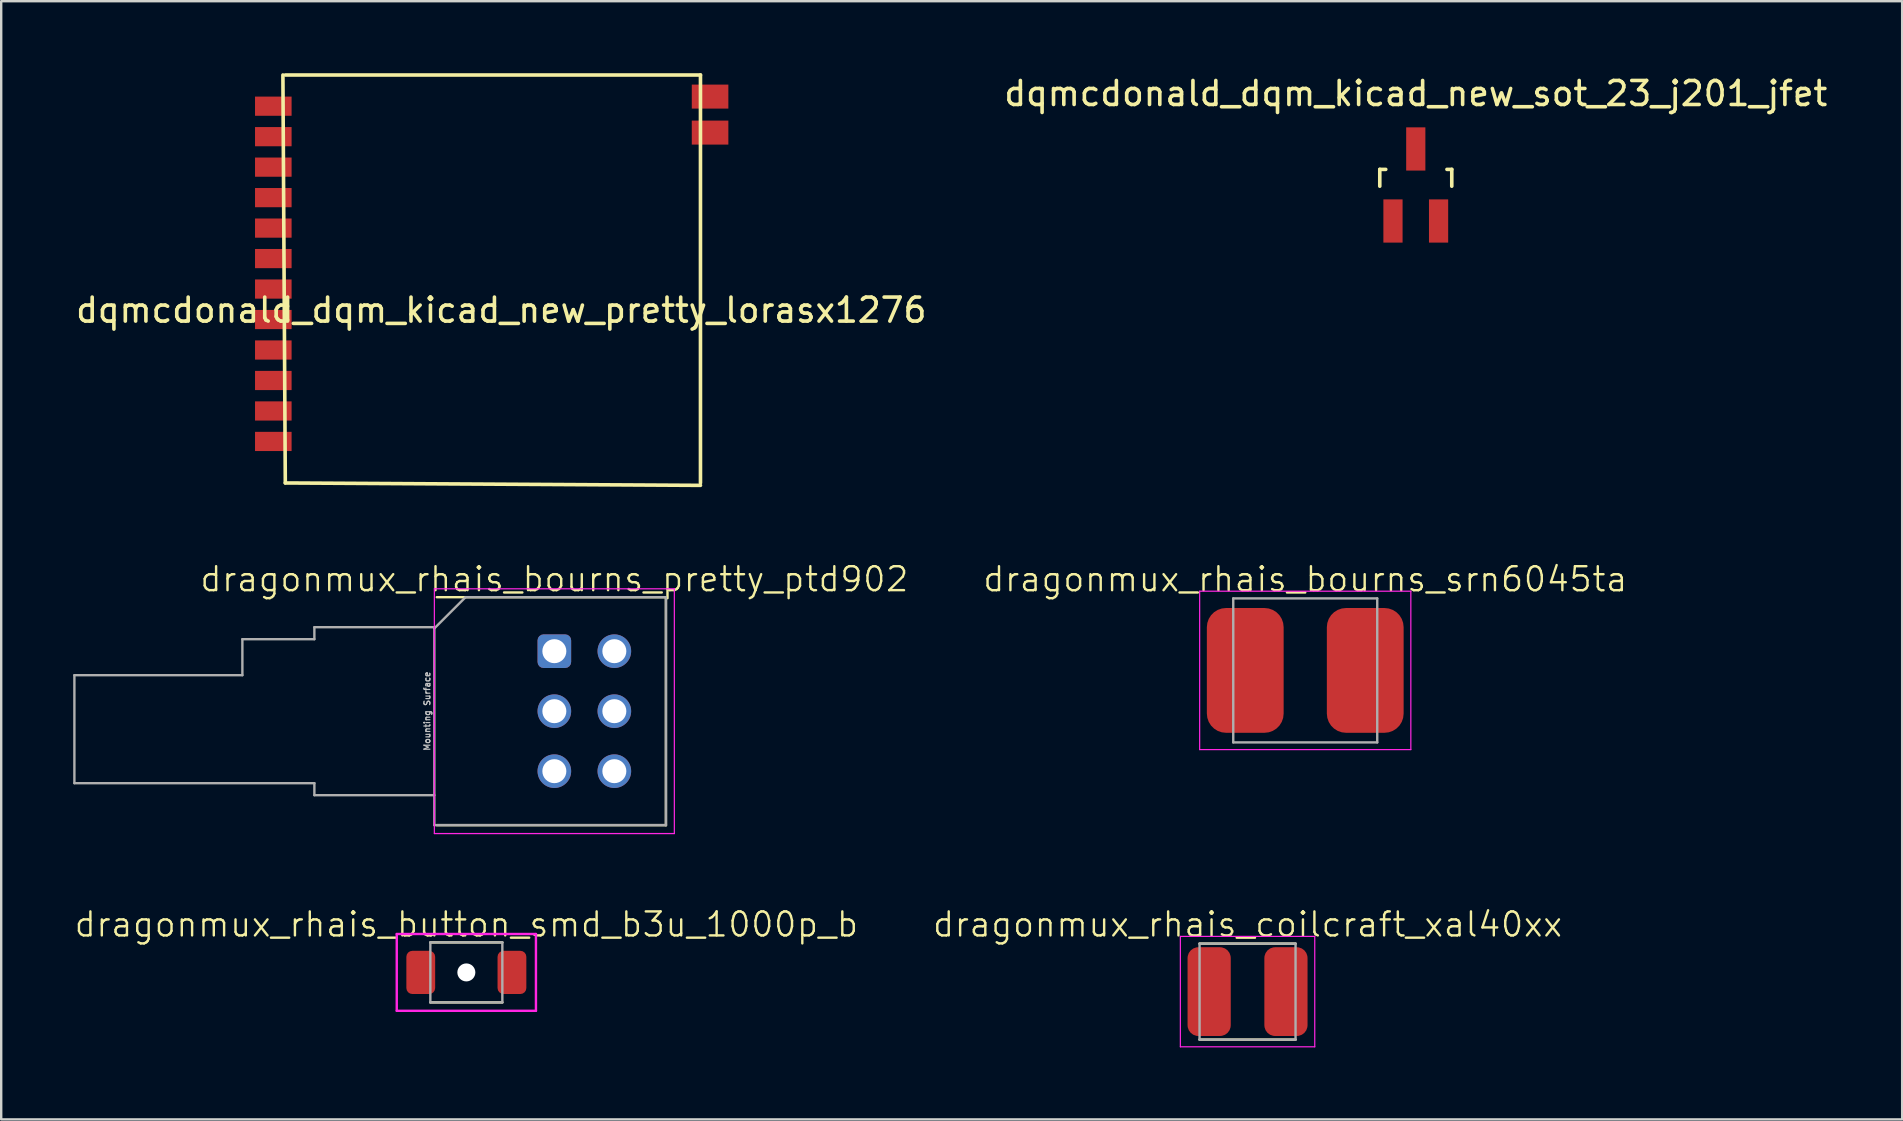
<source format=kicad_pcb>
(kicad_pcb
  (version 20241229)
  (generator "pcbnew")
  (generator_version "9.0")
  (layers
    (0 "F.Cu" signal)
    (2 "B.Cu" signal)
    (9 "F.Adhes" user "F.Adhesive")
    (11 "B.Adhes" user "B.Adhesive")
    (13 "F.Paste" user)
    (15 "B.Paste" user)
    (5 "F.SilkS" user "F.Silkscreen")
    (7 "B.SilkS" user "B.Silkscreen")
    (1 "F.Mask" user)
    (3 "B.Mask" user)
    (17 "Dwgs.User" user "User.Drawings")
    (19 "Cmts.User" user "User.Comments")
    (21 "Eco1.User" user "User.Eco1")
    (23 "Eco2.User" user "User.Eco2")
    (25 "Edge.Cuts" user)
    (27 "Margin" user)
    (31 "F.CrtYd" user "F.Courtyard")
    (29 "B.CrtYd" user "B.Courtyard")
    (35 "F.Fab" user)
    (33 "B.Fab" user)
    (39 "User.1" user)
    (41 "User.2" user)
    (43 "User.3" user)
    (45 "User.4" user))
  (footprint "dragonmux_rhais_bourns_pretty_ptd902"
    (layer "F.Cu")
    (at 20.05 26.585)
    (property "Reference" "dragonmux_rhais_bourns_pretty_ptd902" (at 0 -5.5 0) (unlocked yes) (layer "F.SilkS") (effects (font (size 1 1) (thickness 0.1))))
    (attr through_hole)
    (fp_line (start -4.9 -4.75) (end 4.65 -4.75) (stroke (width 0.1) (type solid)) (layer "F.SilkS"))
    (fp_line (start -4.9 4.75) (end 4.65 4.75) (stroke (width 0.1) (type solid)) (layer "F.SilkS"))
    (fp_line (start 4.65 -4.75) (end 4.65 4.75) (stroke (width 0.1) (type solid)) (layer "F.SilkS"))
    (fp_line (start -5 -5.1) (end 5 -5.1) (stroke (width 0.05) (type solid)) (layer "F.CrtYd"))
    (fp_line (start -5 5.1) (end -5 -5.1) (stroke (width 0.05) (type solid)) (layer "F.CrtYd"))
    (fp_line (start 5 -5.1) (end 5 5.1) (stroke (width 0.05) (type solid)) (layer "F.CrtYd"))
    (fp_line (start 5 5.1) (end -5 5.1) (stroke (width 0.05) (type solid)) (layer "F.CrtYd"))
    (fp_line (start -20 -1.5) (end -20 3) (stroke (width 0.1) (type solid)) (layer "F.Fab"))
    (fp_line (start -20 -1.5) (end -13 -1.5) (stroke (width 0.1) (type solid)) (layer "F.Fab"))
    (fp_line (start -20 3) (end -10 3) (stroke (width 0.1) (type solid)) (layer "F.Fab"))
    (fp_line (start -13 -3) (end -13 -1.5) (stroke (width 0.1) (type solid)) (layer "F.Fab"))
    (fp_line (start -10 -3.5) (end -10 -3) (stroke (width 0.1) (type solid)) (layer "F.Fab"))
    (fp_line (start -10 -3) (end -13 -3) (stroke (width 0.1) (type solid)) (layer "F.Fab"))
    (fp_line (start -10 3.5) (end -10 3) (stroke (width 0.1) (type solid)) (layer "F.Fab"))
    (fp_line (start -5 -3.5) (end -10 -3.5) (stroke (width 0.1) (type solid)) (layer "F.Fab"))
    (fp_line (start -5 -3.45) (end -3.7 -4.75) (stroke (width 0.1) (type solid)) (layer "F.Fab"))
    (fp_line (start -5 3.5) (end -10 3.5) (stroke (width 0.1) (type solid)) (layer "F.Fab"))
    (fp_line (start -5 4.75) (end -5 -3.45) (stroke (width 0.1) (type solid)) (layer "F.Fab"))
    (fp_line (start -3.7 -4.75) (end 4.65 -4.75) (stroke (width 0.1) (type solid)) (layer "F.Fab"))
    (fp_line (start 4.65 -4.75) (end 4.65 4.75) (stroke (width 0.1) (type solid)) (layer "F.Fab"))
    (fp_line (start 4.65 4.75) (end -5 4.75) (stroke (width 0.1) (type solid)) (layer "F.Fab"))
    (fp_text user "Mounting Surface" (at -5.3 0 90) (unlocked yes) (layer "Dwgs.User") (effects (font (size 0.25 0.25) (thickness 0.05))))
    (pad "1" thru_hole roundrect (at 0 -2.5) (size 1.4 1.4) (drill 1) (layers "*.Cu" "*.Mask") (roundrect_rratio 0.179))
    (pad "2" thru_hole circle (at 0 0) (size 1.4 1.4) (drill 1) (layers "*.Cu" "*.Mask"))
    (pad "3" thru_hole circle (at 0 2.5) (size 1.4 1.4) (drill 1) (layers "*.Cu" "*.Mask"))
    (pad "4" thru_hole circle (at 2.5 -2.5) (size 1.4 1.4) (drill 1) (layers "*.Cu" "*.Mask"))
    (pad "5" thru_hole circle (at 2.5 0) (size 1.4 1.4) (drill 1) (layers "*.Cu" "*.Mask"))
    (pad "6" thru_hole circle (at 2.5 2.5) (size 1.4 1.4) (drill 1) (layers "*.Cu" "*.Mask")))
  (footprint "dragonmux_rhais_button_smd_b3u_1000p_b"
    (layer "F.Cu")
    (at 16.383 37.471)
    (property "Reference" "dragonmux_rhais_button_smd_b3u_1000p_b" (at 0 -2 0) (layer "F.SilkS") (effects (font (size 1 1) (thickness 0.1))))
    (attr through_hole)
    (fp_line (start 1.5 -1.25) (end -1.5 -1.25) (stroke (width 0.1) (type solid)) (layer "F.SilkS"))
    (fp_line (start 1.5 1.25) (end -1.5 1.25) (stroke (width 0.1) (type solid)) (layer "F.SilkS"))
    (fp_line (start -2.9 -1.6) (end -2.9 1.6) (stroke (width 0.1) (type solid)) (layer "F.CrtYd"))
    (fp_line (start -2.9 1.6) (end 2.9 1.6) (stroke (width 0.1) (type solid)) (layer "F.CrtYd"))
    (fp_line (start 2.9 -1.6) (end -2.9 -1.6) (stroke (width 0.1) (type solid)) (layer "F.CrtYd"))
    (fp_line (start 2.9 1.6) (end 2.9 -1.6) (stroke (width 0.1) (type solid)) (layer "F.CrtYd"))
    (fp_line (start -1.5 -1.25) (end 1.5 -1.25) (stroke (width 0.1) (type solid)) (layer "F.Fab"))
    (fp_line (start -1.5 1.25) (end -1.5 -1.25) (stroke (width 0.1) (type solid)) (layer "F.Fab"))
    (fp_line (start 1.5 -1.25) (end 1.5 1.25) (stroke (width 0.1) (type solid)) (layer "F.Fab"))
    (fp_line (start 1.5 1.25) (end -1.5 1.25) (stroke (width 0.1) (type solid)) (layer "F.Fab"))
    (pad "" np_thru_hole circle (at 0 0) (size 0.75 0.75) (drill 0.75) (layers "*.Cu" "*.Mask"))
    (pad "1" smd roundrect (at -1.9 0) (size 1.2 1.8) (layers "F.Cu" "F.Mask" "F.Paste") (roundrect_rratio 0.208))
    (pad "2" smd roundrect (at 1.9 0) (size 1.2 1.8) (layers "F.Cu" "F.Mask" "F.Paste") (roundrect_rratio 0.208)))
  (footprint "dragonmux_rhais_coilcraft_xal40xx"
    (layer "F.Cu")
    (at 48.936 38.271)
    (property "Reference" "dragonmux_rhais_coilcraft_xal40xx" (at 0 -2.8 0) (unlocked yes) (layer "F.SilkS") (effects (font (size 1 1) (thickness 0.1))))
    (attr smd)
    (fp_line (start -2 2) (end 2 2) (stroke (width 0.1) (type solid)) (layer "F.SilkS"))
    (fp_line (start 2 -2) (end -2 -2) (stroke (width 0.1) (type solid)) (layer "F.SilkS"))
    (fp_rect (start -0.75 -1.4) (end -1.2 -0.95) (stroke (width 0.1) (type solid)) (fill yes) (layer "F.Paste"))
    (fp_rect (start -0.75 0.95) (end -1.2 1.4) (stroke (width 0.1) (type solid)) (fill yes) (layer "F.Paste"))
    (fp_rect (start 1.2 -1.4) (end 0.75 -0.95) (stroke (width 0.1) (type solid)) (fill yes) (layer "F.Paste"))
    (fp_rect (start 1.2 0.95) (end 0.75 1.4) (stroke (width 0.1) (type solid)) (fill yes) (layer "F.Paste"))
    (fp_poly (pts (xy -1.15 -1.35) (xy -2 -1.35) (xy -2 1.35) (xy -1.15 1.35) (xy -1.15 1.4) (xy -2.05 1.4) (xy -2.05 -1.4) (xy -1.15 -1.4)) (stroke (width 0.9) (type solid)) (fill yes) (layer "F.Paste"))
    (fp_poly (pts (xy 1.15 1.35) (xy 2 1.35) (xy 2 -1.35) (xy 1.15 -1.35) (xy 1.15 -1.4) (xy 2.05 -1.4) (xy 2.05 1.4) (xy 1.15 1.4)) (stroke (width 0.9) (type solid)) (fill yes) (layer "F.Paste"))
    (fp_line (start -2.8 -2.3) (end 2.8 -2.3) (stroke (width 0.05) (type solid)) (layer "F.CrtYd"))
    (fp_line (start -2.8 2.3) (end -2.8 -2.3) (stroke (width 0.05) (type solid)) (layer "F.CrtYd"))
    (fp_line (start 2.8 -2.3) (end 2.8 2.3) (stroke (width 0.05) (type solid)) (layer "F.CrtYd"))
    (fp_line (start 2.8 2.3) (end -2.8 2.3) (stroke (width 0.05) (type solid)) (layer "F.CrtYd"))
    (fp_line (start -2 -2) (end 2 -2) (stroke (width 0.1) (type solid)) (layer "F.Fab"))
    (fp_line (start -2 2) (end -2 -2) (stroke (width 0.1) (type solid)) (layer "F.Fab"))
    (fp_line (start 2 -2) (end 2 2) (stroke (width 0.1) (type solid)) (layer "F.Fab"))
    (fp_line (start 2 2) (end -2 2) (stroke (width 0.1) (type solid)) (layer "F.Fab"))
    (pad "1" smd roundrect (at -1.6 0) (size 1.8 3.7) (layers "F.Cu" "F.Mask") (roundrect_rratio 0.25))
    (pad "2" smd roundrect (at 1.6 0) (size 1.8 3.7) (layers "F.Cu" "F.Mask") (roundrect_rratio 0.25)))
  (footprint "dqmcdonald_dqm_kicad_new_pretty_lorasx1276"
    (layer "F.Cu")
    (at 8.839 17.075)
    (property "Reference" "dqmcdonald_dqm_kicad_new_pretty_lorasx1276" (at 9 -7.2 0) (layer "F.SilkS") (effects (font (size 1 1) (thickness 0.15))))
    (attr through_hole)
    (fp_line (start 0 -17) (end 17.3 -17) (stroke (width 0.15) (type solid)) (layer "F.SilkS"))
    (fp_line (start 0 0) (end -0.1 -17) (stroke (width 0.15) (type solid)) (layer "F.SilkS"))
    (fp_line (start 0 0) (end 17.3 0.1) (stroke (width 0.15) (type solid)) (layer "F.SilkS"))
    (fp_line (start 17.3 -17) (end 17.3 0) (stroke (width 0.15) (type solid)) (layer "F.SilkS"))
    (pad "1" smd rect (at -0.5 -15.7) (size 1.524 0.8) (layers "F.Cu" "F.Mask" "F.Paste"))
    (pad "2" smd rect (at -0.5 -14.43) (size 1.524 0.8) (layers "F.Cu" "F.Mask" "F.Paste"))
    (pad "3" smd rect (at -0.5 -13.16) (size 1.524 0.8) (layers "F.Cu" "F.Mask" "F.Paste"))
    (pad "4" smd rect (at -0.5 -11.89) (size 1.524 0.8) (layers "F.Cu" "F.Mask" "F.Paste"))
    (pad "5" smd rect (at -0.5 -10.62) (size 1.524 0.8) (layers "F.Cu" "F.Mask" "F.Paste"))
    (pad "6" smd rect (at -0.5 -9.35) (size 1.524 0.8) (layers "F.Cu" "F.Mask" "F.Paste"))
    (pad "7" smd rect (at -0.5 -8.08) (size 1.524 0.8) (layers "F.Cu" "F.Mask" "F.Paste"))
    (pad "8" smd rect (at -0.5 -6.81) (size 1.524 0.8) (layers "F.Cu" "F.Mask" "F.Paste"))
    (pad "9" smd rect (at -0.5 -5.54) (size 1.524 0.8) (layers "F.Cu" "F.Mask" "F.Paste"))
    (pad "10" smd rect (at -0.5 -4.27) (size 1.524 0.8) (layers "F.Cu" "F.Mask" "F.Paste"))
    (pad "11" smd rect (at -0.5 -3) (size 1.524 0.8) (layers "F.Cu" "F.Mask" "F.Paste"))
    (pad "12" smd rect (at -0.5 -1.73) (size 1.524 0.8) (layers "F.Cu" "F.Mask" "F.Paste"))
    (pad "13" smd rect (at 17.7 -16.1) (size 1.524 1) (layers "F.Cu" "F.Mask" "F.Paste"))
    (pad "14" smd rect (at 17.7 -14.6) (size 1.524 1) (layers "F.Cu" "F.Mask" "F.Paste")))
  (footprint "dragonmux_rhais_bourns_srn6045ta"
    (layer "F.Cu")
    (at 51.34 24.886)
    (property "Reference" "dragonmux_rhais_bourns_srn6045ta" (at 0 -3.8 0) (unlocked yes) (layer "F.SilkS") (effects (font (size 1 1) (thickness 0.1))))
    (attr smd)
    (fp_rect (start -0.95 -1.85) (end -1.8 -1) (stroke (width 0.1) (type solid)) (fill yes) (layer "F.Paste"))
    (fp_rect (start -0.95 1) (end -1.8 1.85) (stroke (width 0.1) (type solid)) (fill yes) (layer "F.Paste"))
    (fp_rect (start 1.8 -1.85) (end 0.95 -1) (stroke (width 0.1) (type solid)) (fill yes) (layer "F.Paste"))
    (fp_rect (start 1.8 1) (end 0.95 1.85) (stroke (width 0.1) (type solid)) (fill yes) (layer "F.Paste"))
    (fp_poly (pts (xy -1.7 -1.75) (xy -3.05 -1.75) (xy -3.05 1.75) (xy -1.7 1.75) (xy -1.7 1.8) (xy -3.3 1.8) (xy -3.3 -1.8) (xy -1.7 -1.8)) (stroke (width 1.6) (type solid)) (fill yes) (layer "F.Paste"))
    (fp_poly (pts (xy 1.7 1.75) (xy 3.05 1.75) (xy 3.05 -1.75) (xy 1.7 -1.75) (xy 1.7 -1.8) (xy 3.3 -1.8) (xy 3.3 1.8) (xy 1.7 1.8)) (stroke (width 1.6) (type solid)) (fill yes) (layer "F.Paste"))
    (fp_line (start -4.4 -3.3) (end 4.4 -3.3) (stroke (width 0.05) (type solid)) (layer "F.CrtYd"))
    (fp_line (start -4.4 3.3) (end -4.4 -3.3) (stroke (width 0.05) (type solid)) (layer "F.CrtYd"))
    (fp_line (start 4.4 -3.3) (end 4.4 3.3) (stroke (width 0.05) (type solid)) (layer "F.CrtYd"))
    (fp_line (start 4.4 3.3) (end -4.4 3.3) (stroke (width 0.05) (type solid)) (layer "F.CrtYd"))
    (fp_line (start -3 -3) (end 3 -3) (stroke (width 0.1) (type solid)) (layer "F.Fab"))
    (fp_line (start -3 3) (end -3 -3) (stroke (width 0.1) (type solid)) (layer "F.Fab"))
    (fp_line (start 3 -3) (end 3 3) (stroke (width 0.1) (type solid)) (layer "F.Fab"))
    (fp_line (start 3 3) (end -3 3) (stroke (width 0.1) (type solid)) (layer "F.Fab"))
    (pad "1" smd roundrect (at -2.5 0) (size 3.2 5.2) (layers "F.Cu" "F.Mask") (roundrect_rratio 0.25))
    (pad "2" smd roundrect (at 2.5 0) (size 3.2 5.2) (layers "F.Cu" "F.Mask") (roundrect_rratio 0.25)))
  (footprint "dqmcdonald_dqm_kicad_new_sot_23_j201_jfet"
    (layer "F.Cu")
    (at 55.946 4.658)
    (property "Reference" "dqmcdonald_dqm_kicad_new_sot_23_j201_jfet" (at 0 -3.81 0) (layer "F.SilkS") (effects (font (size 1 1) (thickness 0.15))))
    (attr smd)
    (fp_line (start -1.5 -0.65) (end -1.251 -0.65) (stroke (width 0.15) (type solid)) (layer "F.SilkS"))
    (fp_line (start -1.5 0.051) (end -1.5 -0.65) (stroke (width 0.15) (type solid)) (layer "F.SilkS"))
    (fp_line (start 1.299 -0.65) (end 1.5 -0.65) (stroke (width 0.15) (type solid)) (layer "F.SilkS"))
    (fp_line (start 1.5 -0.65) (end 1.5 0.051) (stroke (width 0.15) (type solid)) (layer "F.SilkS"))
    (pad "D" smd rect (at 0.95 1.501) (size 0.8 1.801) (layers "F.Cu" "F.Mask" "F.Paste"))
    (pad "G" smd rect (at 0 -1.501) (size 0.8 1.801) (layers "F.Cu" "F.Mask" "F.Paste"))
    (pad "S" smd rect (at -0.95 1.501) (size 0.8 1.801) (layers "F.Cu" "F.Mask" "F.Paste")))
  (gr_rect
    (start -3 -3)
    (end 76.214 43.596)
    (stroke (width 0.1) (type default))
    (fill no)
    (layer "Edge.Cuts")))
</source>
